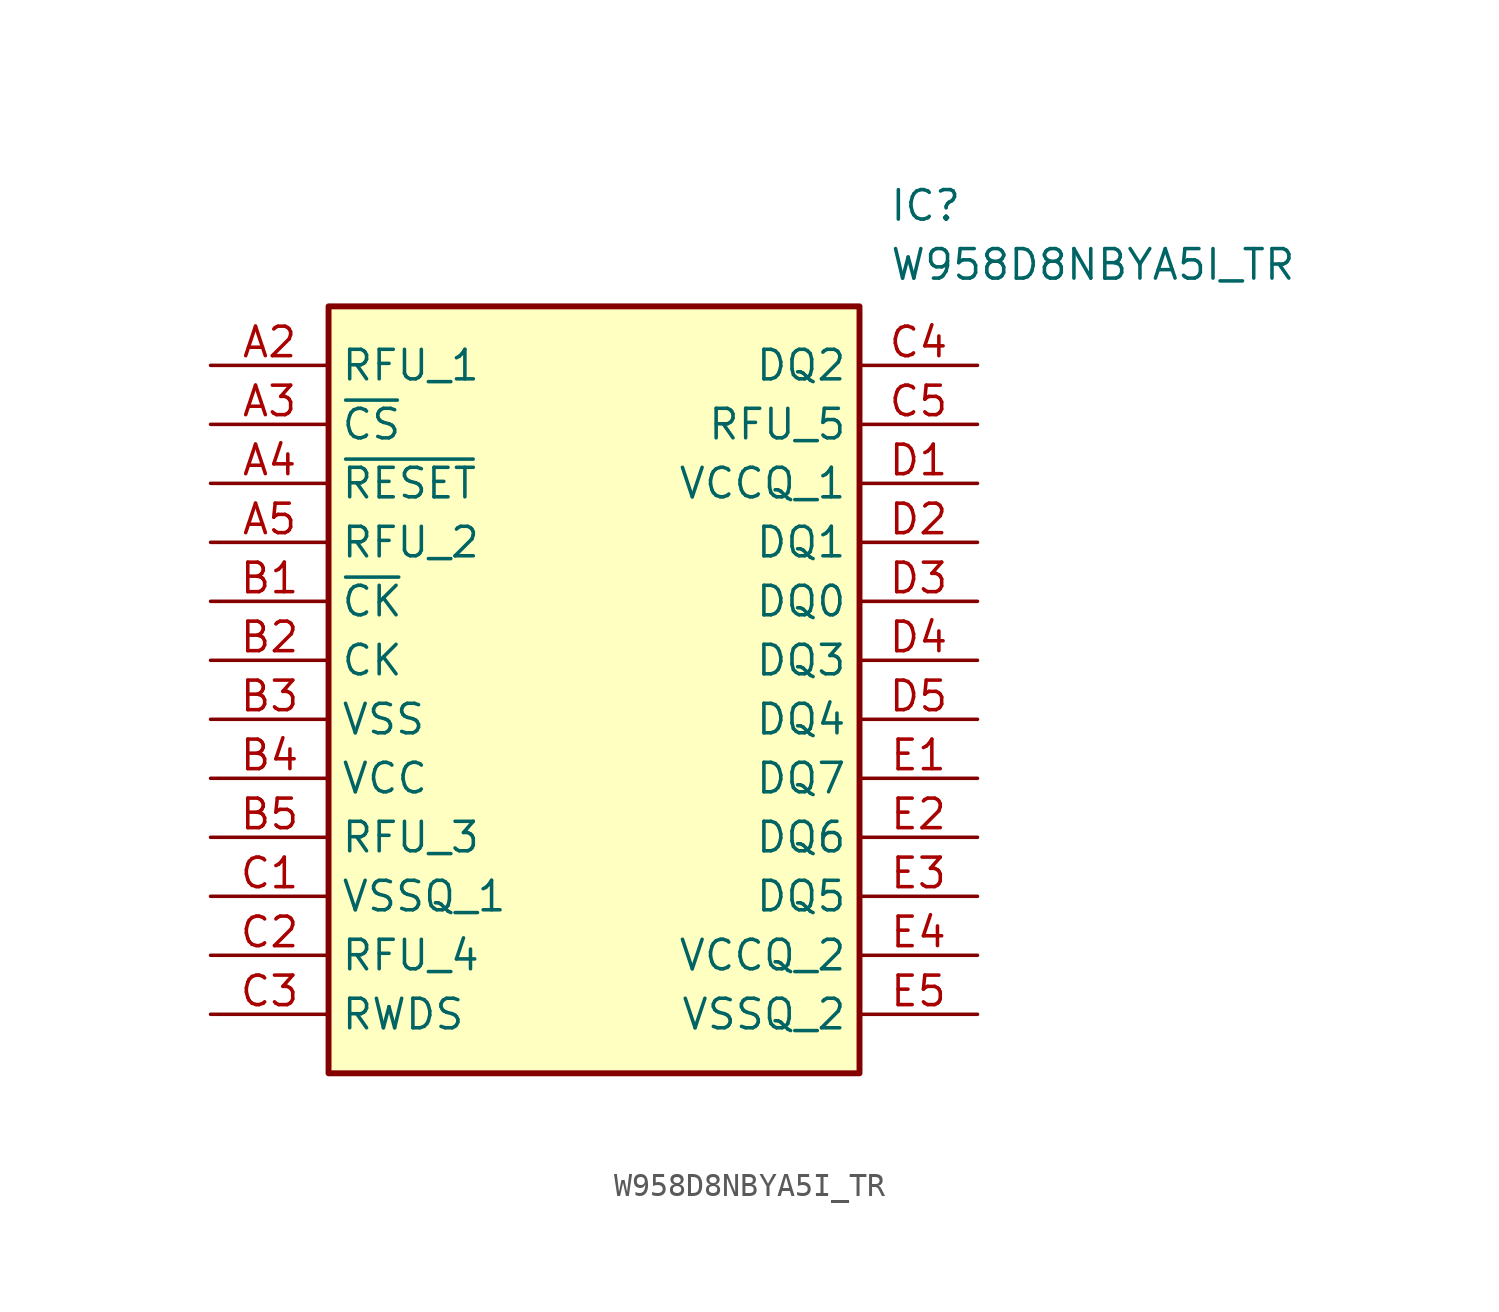
<source format=kicad_sym>
(kicad_symbol_lib
  (version 20211014)
  (generator SamacSys_ECAD_Model)
  (symbol "W958D8NBYA5I_TR"
    (property "Reference" "IC"
      (at 29.21 7.62 0)
      (effects (font (size 1.27 1.27)) (justify left top)))
    (property "Value" "W958D8NBYA5I_TR"
      (at 29.21 5.08 0)
      (effects (font (size 1.27 1.27)) (justify left top)))
    (rectangle
      (start 5.08 2.54)
      (end 27.94 -30.48)
      (stroke (width 0.254) (type default))
      (fill (type background)))
    (pin passive line
      (at 0 0 0)
      (length 5.08)
      (name "RFU_1" (effects (font (size 1.27 1.27))))
      (number "A2" (effects (font (size 1.27 1.27)))))
    (pin passive line
      (at 0 -2.54 0)
      (length 5.08)
      (name "~{CS}" (effects (font (size 1.27 1.27))))
      (number "A3" (effects (font (size 1.27 1.27)))))
    (pin passive line
      (at 0 -5.08 0)
      (length 5.08)
      (name "~{RESET}" (effects (font (size 1.27 1.27))))
      (number "A4" (effects (font (size 1.27 1.27)))))
    (pin passive line
      (at 0 -7.62 0)
      (length 5.08)
      (name "RFU_2" (effects (font (size 1.27 1.27))))
      (number "A5" (effects (font (size 1.27 1.27)))))
    (pin passive line
      (at 0 -10.16 0)
      (length 5.08)
      (name "~{CK}" (effects (font (size 1.27 1.27))))
      (number "B1" (effects (font (size 1.27 1.27)))))
    (pin passive line
      (at 0 -12.7 0)
      (length 5.08)
      (name "CK" (effects (font (size 1.27 1.27))))
      (number "B2" (effects (font (size 1.27 1.27)))))
    (pin passive line
      (at 0 -15.24 0)
      (length 5.08)
      (name "VSS" (effects (font (size 1.27 1.27))))
      (number "B3" (effects (font (size 1.27 1.27)))))
    (pin passive line
      (at 0 -17.78 0)
      (length 5.08)
      (name "VCC" (effects (font (size 1.27 1.27))))
      (number "B4" (effects (font (size 1.27 1.27)))))
    (pin passive line
      (at 0 -20.32 0)
      (length 5.08)
      (name "RFU_3" (effects (font (size 1.27 1.27))))
      (number "B5" (effects (font (size 1.27 1.27)))))
    (pin passive line
      (at 0 -22.86 0)
      (length 5.08)
      (name "VSSQ_1" (effects (font (size 1.27 1.27))))
      (number "C1" (effects (font (size 1.27 1.27)))))
    (pin passive line
      (at 0 -25.4 0)
      (length 5.08)
      (name "RFU_4" (effects (font (size 1.27 1.27))))
      (number "C2" (effects (font (size 1.27 1.27)))))
    (pin passive line
      (at 0 -27.94 0)
      (length 5.08)
      (name "RWDS" (effects (font (size 1.27 1.27))))
      (number "C3" (effects (font (size 1.27 1.27)))))
    (pin passive line
      (at 33.02 0 180)
      (length 5.08)
      (name "DQ2" (effects (font (size 1.27 1.27))))
      (number "C4" (effects (font (size 1.27 1.27)))))
    (pin passive line
      (at 33.02 -2.54 180)
      (length 5.08)
      (name "RFU_5" (effects (font (size 1.27 1.27))))
      (number "C5" (effects (font (size 1.27 1.27)))))
    (pin passive line
      (at 33.02 -5.08 180)
      (length 5.08)
      (name "VCCQ_1" (effects (font (size 1.27 1.27))))
      (number "D1" (effects (font (size 1.27 1.27)))))
    (pin passive line
      (at 33.02 -7.62 180)
      (length 5.08)
      (name "DQ1" (effects (font (size 1.27 1.27))))
      (number "D2" (effects (font (size 1.27 1.27)))))
    (pin passive line
      (at 33.02 -10.16 180)
      (length 5.08)
      (name "DQ0" (effects (font (size 1.27 1.27))))
      (number "D3" (effects (font (size 1.27 1.27)))))
    (pin passive line
      (at 33.02 -12.7 180)
      (length 5.08)
      (name "DQ3" (effects (font (size 1.27 1.27))))
      (number "D4" (effects (font (size 1.27 1.27)))))
    (pin passive line
      (at 33.02 -15.24 180)
      (length 5.08)
      (name "DQ4" (effects (font (size 1.27 1.27))))
      (number "D5" (effects (font (size 1.27 1.27)))))
    (pin passive line
      (at 33.02 -17.78 180)
      (length 5.08)
      (name "DQ7" (effects (font (size 1.27 1.27))))
      (number "E1" (effects (font (size 1.27 1.27)))))
    (pin passive line
      (at 33.02 -20.32 180)
      (length 5.08)
      (name "DQ6" (effects (font (size 1.27 1.27))))
      (number "E2" (effects (font (size 1.27 1.27)))))
    (pin passive line
      (at 33.02 -22.86 180)
      (length 5.08)
      (name "DQ5" (effects (font (size 1.27 1.27))))
      (number "E3" (effects (font (size 1.27 1.27)))))
    (pin passive line
      (at 33.02 -25.4 180)
      (length 5.08)
      (name "VCCQ_2" (effects (font (size 1.27 1.27))))
      (number "E4" (effects (font (size 1.27 1.27)))))
    (pin passive line
      (at 33.02 -27.94 180)
      (length 5.08)
      (name "VSSQ_2" (effects (font (size 1.27 1.27))))
      (number "E5" (effects (font (size 1.27 1.27)))))))
</source>
